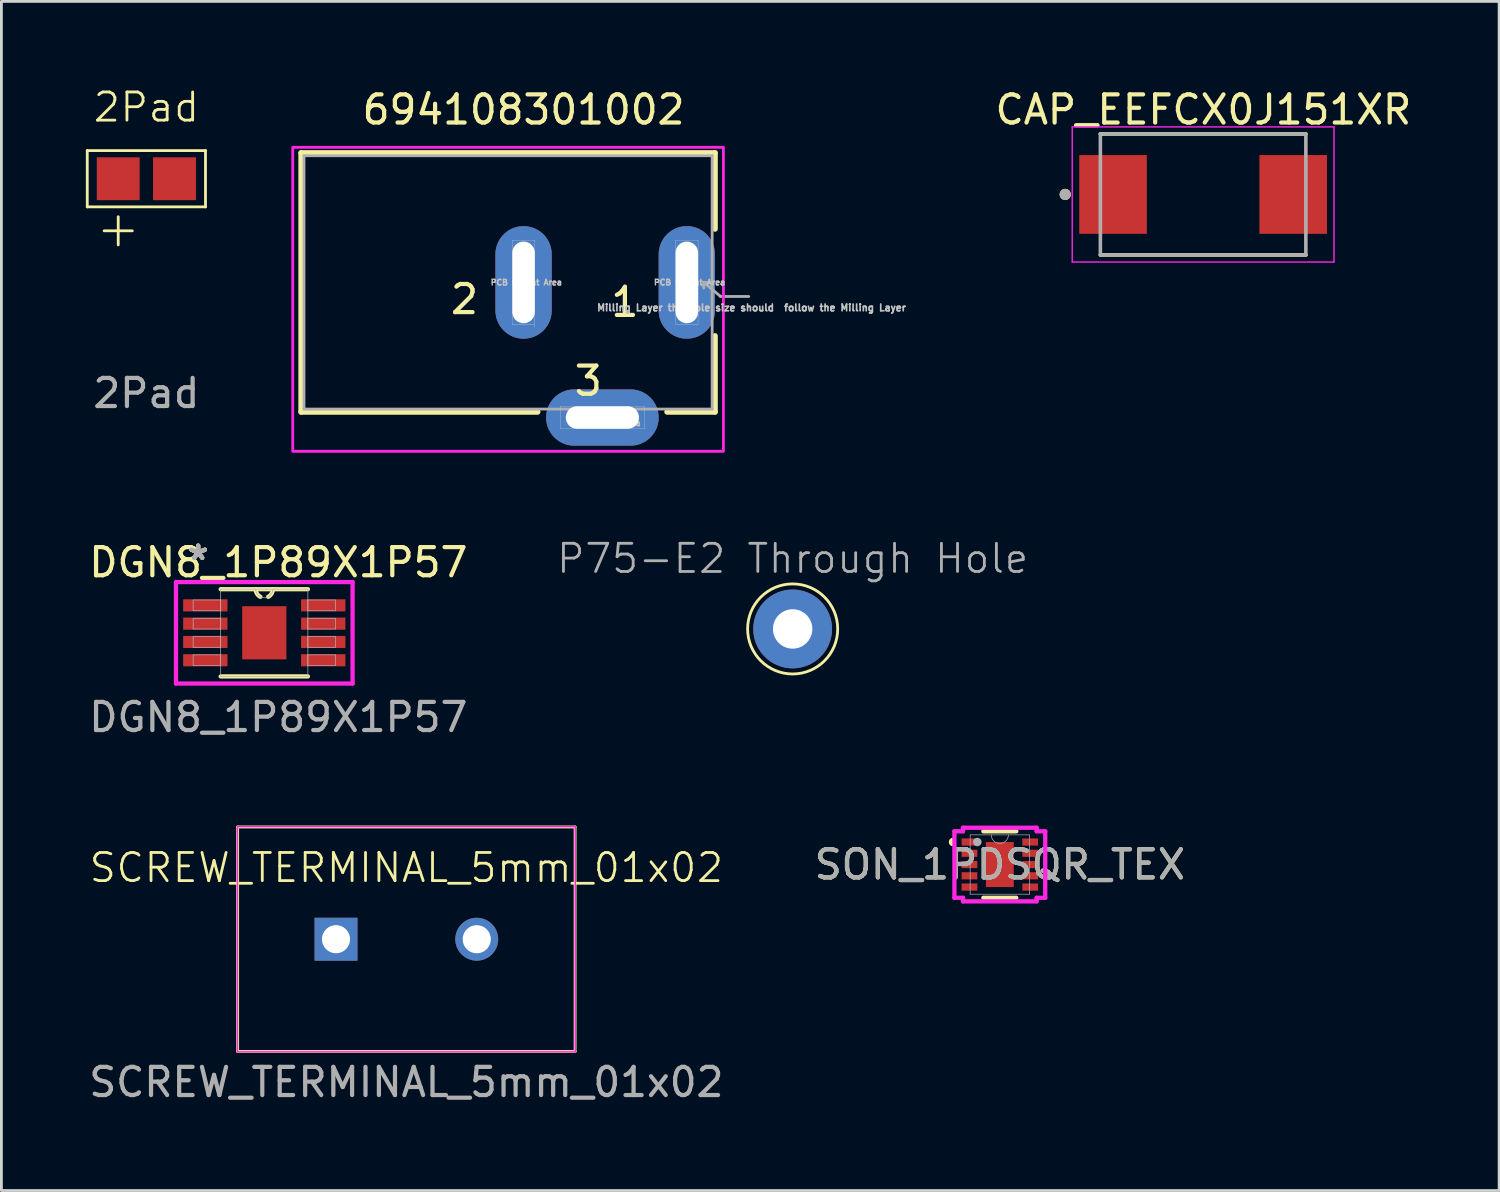
<source format=kicad_pcb>
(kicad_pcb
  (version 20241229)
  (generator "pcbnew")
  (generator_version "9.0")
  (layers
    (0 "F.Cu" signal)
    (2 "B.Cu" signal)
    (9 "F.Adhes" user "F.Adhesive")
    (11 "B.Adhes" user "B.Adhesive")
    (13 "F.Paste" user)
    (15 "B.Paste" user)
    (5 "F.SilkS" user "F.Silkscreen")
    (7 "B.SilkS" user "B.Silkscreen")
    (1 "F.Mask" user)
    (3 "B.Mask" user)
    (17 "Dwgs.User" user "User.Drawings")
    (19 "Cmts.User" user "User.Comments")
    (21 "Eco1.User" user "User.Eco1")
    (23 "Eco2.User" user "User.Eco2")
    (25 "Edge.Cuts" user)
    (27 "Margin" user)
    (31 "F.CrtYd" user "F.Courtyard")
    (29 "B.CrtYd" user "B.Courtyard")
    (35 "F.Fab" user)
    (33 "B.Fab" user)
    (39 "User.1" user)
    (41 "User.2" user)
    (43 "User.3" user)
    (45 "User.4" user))
  (footprint "SCREW_TERMINAL_5mm_01x02"
    (layer "F.Cu")
    (at 11.387 30.317)
    (property "Reference" "SCREW_TERMINAL_5mm_01x02" (at 0 -2.54 0) (unlocked yes) (layer "F.SilkS") (effects (font (size 1 1) (thickness 0.1))))
    (attr through_hole)
    (fp_line (start -5.994 -3.988) (end 5.994 -3.988) (stroke (width 0.1) (type default)) (layer "F.SilkS"))
    (fp_line (start -5.994 3.988) (end -5.994 -3.988) (stroke (width 0.1) (type default)) (layer "F.SilkS"))
    (fp_line (start 5.994 -3.988) (end 5.994 3.988) (stroke (width 0.1) (type default)) (layer "F.SilkS"))
    (fp_line (start 5.994 3.988) (end -5.994 3.988) (stroke (width 0.1) (type default)) (layer "F.SilkS"))
    (fp_line (start -6 -4) (end 6 -4) (stroke (width 0.05) (type default)) (layer "F.CrtYd"))
    (fp_line (start -6 4) (end -6 -4) (stroke (width 0.05) (type default)) (layer "F.CrtYd"))
    (fp_line (start -6 4) (end 6 4) (stroke (width 0.05) (type default)) (layer "F.CrtYd"))
    (fp_line (start 6 -4) (end 6 4) (stroke (width 0.05) (type default)) (layer "F.CrtYd"))
    (fp_text user "${REFERENCE}" (at 0 5.08 0) (unlocked yes) (layer "F.Fab") (effects (font (size 1 1) (thickness 0.15))))
    (pad "1" thru_hole rect (at -2.5 0) (size 1.524 1.524) (drill 1) (layers "*.Cu" "*.Mask"))
    (pad "2" thru_hole circle (at 2.5 0) (size 1.524 1.524) (drill 1) (layers "*.Cu" "*.Mask")))
  (footprint "P75-E2 Through Hole"
    (layer "F.Cu")
    (at 25.11 19.294)
    (property "Reference" "P75-E2 Through Hole" (at 0 -2.5 0) (unlocked yes) (layer "F.Fab") (effects (font (size 1 1) (thickness 0.1))))
    (attr through_hole)
    (fp_circle (center 0 0) (end 1.6 0) (stroke (width 0.1) (type default)) (fill no) (layer "F.SilkS"))
    (pad "1" thru_hole circle (at 0 0) (size 2.8 2.8) (drill 1.4) (layers "*.Cu" "*.Mask")))
  (footprint "SON_1PDSQR_TEX"
    (layer "F.Cu")
    (at 32.47 27.664)
    (property "Reference" "SON_1PDSQR_TEX" (at 0 0 0) (unlocked yes) (layer "F.SilkS") (effects (font (size 1 1) (thickness 0.15))))
    (attr smd)
    (fp_line (start -0.585 1.181) (end 0.585 1.181) (stroke (width 0.152) (type solid)) (layer "F.SilkS"))
    (fp_line (start 0.585 -1.181) (end -0.585 -1.181) (stroke (width 0.152) (type solid)) (layer "F.SilkS"))
    (fp_arc (start -1.69164 -0.730453) (mid -1.7367 -0.8) (end -1.69164 -0.869547) (stroke (width 0.1524) (type solid)) (layer "F.SilkS"))
    (fp_line (start -1.613 -1.181) (end -1.308 -1.181) (stroke (width 0.152) (type solid)) (layer "F.CrtYd"))
    (fp_line (start -1.613 1.181) (end -1.613 -1.181) (stroke (width 0.152) (type solid)) (layer "F.CrtYd"))
    (fp_line (start -1.613 1.181) (end -1.308 1.181) (stroke (width 0.152) (type solid)) (layer "F.CrtYd"))
    (fp_line (start -1.308 -1.308) (end 1.308 -1.308) (stroke (width 0.152) (type solid)) (layer "F.CrtYd"))
    (fp_line (start -1.308 -1.181) (end -1.308 -1.308) (stroke (width 0.152) (type solid)) (layer "F.CrtYd"))
    (fp_line (start -1.308 1.308) (end -1.308 1.181) (stroke (width 0.152) (type solid)) (layer "F.CrtYd"))
    (fp_line (start 1.308 -1.308) (end 1.308 -1.181) (stroke (width 0.152) (type solid)) (layer "F.CrtYd"))
    (fp_line (start 1.308 1.181) (end 1.308 1.308) (stroke (width 0.152) (type solid)) (layer "F.CrtYd"))
    (fp_line (start 1.308 1.308) (end -1.308 1.308) (stroke (width 0.152) (type solid)) (layer "F.CrtYd"))
    (fp_line (start 1.613 -1.181) (end 1.308 -1.181) (stroke (width 0.152) (type solid)) (layer "F.CrtYd"))
    (fp_line (start 1.613 -1.181) (end 1.613 1.181) (stroke (width 0.152) (type solid)) (layer "F.CrtYd"))
    (fp_line (start 1.613 1.181) (end 1.308 1.181) (stroke (width 0.152) (type solid)) (layer "F.CrtYd"))
    (fp_line (start -1.054 -1.054) (end -1.054 1.054) (stroke (width 0.025) (type solid)) (layer "F.Fab"))
    (fp_line (start -1.054 1.054) (end 1.054 1.054) (stroke (width 0.025) (type solid)) (layer "F.Fab"))
    (fp_line (start 1.054 -1.054) (end -1.054 -1.054) (stroke (width 0.025) (type solid)) (layer "F.Fab"))
    (fp_line (start 1.054 1.054) (end 1.054 -1.054) (stroke (width 0.025) (type solid)) (layer "F.Fab"))
    (fp_arc (start 0.3048 -1.0541) (mid 0 -0.7493) (end -0.3048 -1.0541) (stroke (width 0.0254) (type solid)) (layer "F.Fab"))
    (fp_circle (center -0.8 -0.8) (end -0.8 -0.8) (stroke (width 0.152) (type solid)) (fill no) (layer "F.Fab"))
    (fp_text user "${REFERENCE}" (at 0 0 0) (unlocked yes) (layer "F.Fab") (effects (font (size 1 1) (thickness 0.15))))
    (pad "1" smd rect (at -1.079 -0.8) (size 0.559 0.254) (layers "F.Cu" "F.Mask" "F.Paste"))
    (pad "2" smd rect (at -1.079 -0.4) (size 0.559 0.254) (layers "F.Cu" "F.Mask" "F.Paste"))
    (pad "3" smd rect (at -1.079 0) (size 0.559 0.254) (layers "F.Cu" "F.Mask" "F.Paste"))
    (pad "4" smd rect (at -1.079 0.4) (size 0.559 0.254) (layers "F.Cu" "F.Mask" "F.Paste"))
    (pad "5" smd rect (at -1.079 0.8) (size 0.559 0.254) (layers "F.Cu" "F.Mask" "F.Paste"))
    (pad "6" smd rect (at 1.079 0.8) (size 0.559 0.254) (layers "F.Cu" "F.Mask" "F.Paste"))
    (pad "7" smd rect (at 1.079 0.4) (size 0.559 0.254) (layers "F.Cu" "F.Mask" "F.Paste"))
    (pad "8" smd rect (at 1.079 0) (size 0.559 0.254) (layers "F.Cu" "F.Mask" "F.Paste"))
    (pad "9" smd rect (at 1.079 -0.4) (size 0.559 0.254) (layers "F.Cu" "F.Mask" "F.Paste"))
    (pad "10" smd rect (at 1.079 -0.8) (size 0.559 0.254) (layers "F.Cu" "F.Mask" "F.Paste"))
    (pad "11" smd rect (at 0 0) (size 0.991 1.6) (layers "F.Cu" "F.Mask" "F.Paste")))
  (footprint "2Pad"
    (layer "F.Cu")
    (at 2.15 3.3)
    (property "Reference" "2Pad" (at 0 -2.54 0) (unlocked yes) (layer "F.SilkS") (effects (font (size 1 1) (thickness 0.1))))
    (attr through_hole)
    (fp_line (start -2.1 -1) (end -2.1 1) (stroke (width 0.1) (type default)) (layer "F.SilkS"))
    (fp_line (start -2.1 -1) (end 2.1 -1) (stroke (width 0.1) (type default)) (layer "F.SilkS"))
    (fp_line (start -1.5 1.85) (end -0.5 1.85) (stroke (width 0.1) (type default)) (layer "F.SilkS"))
    (fp_line (start -1 1.35) (end -1 2.35) (stroke (width 0.1) (type default)) (layer "F.SilkS"))
    (fp_line (start 2.1 -1) (end 2.1 1) (stroke (width 0.1) (type default)) (layer "F.SilkS"))
    (fp_line (start 2.1 1) (end -2.1 1) (stroke (width 0.1) (type default)) (layer "F.SilkS"))
    (fp_text user "${REFERENCE}" (at 0 7.62 0) (unlocked yes) (layer "F.Fab") (effects (font (size 1 1) (thickness 0.15))))
    (pad "1" smd rect (at 1 0) (size 1.524 1.524) (layers "F.Cu" "F.Mask" "F.Paste"))
    (pad "2" smd rect (at -1 0) (size 1.524 1.524) (layers "F.Cu" "F.Mask" "F.Paste")))
  (footprint "694108301002"
    (layer "F.Cu")
    (at 15.55 6.983)
    (property "Reference" "694108301002" (at 0 -6.135 0) (layer "F.SilkS") (effects (font (size 1 1) (thickness 0.15))))
    (attr through_hole)
    (fp_line (start -7.9 -4.6) (end -7.9 4.6) (stroke (width 0.2) (type solid)) (layer "F.SilkS"))
    (fp_line (start 0.5 4.6) (end -7.9 4.6) (stroke (width 0.2) (type solid)) (layer "F.SilkS"))
    (fp_line (start 6.8 -4.6) (end -7.9 -4.6) (stroke (width 0.2) (type solid)) (layer "F.SilkS"))
    (fp_line (start 6.8 -4.6) (end 6.8 -1.9) (stroke (width 0.2) (type solid)) (layer "F.SilkS"))
    (fp_line (start 6.8 1.9) (end 6.8 4.6) (stroke (width 0.2) (type solid)) (layer "F.SilkS"))
    (fp_line (start 6.8 4.6) (end 5.1 4.6) (stroke (width 0.2) (type solid)) (layer "F.SilkS"))
    (fp_line (start -0.4 -1.5) (end -0.4 1.5) (stroke (width 0.01) (type solid)) (layer "Edge.Cuts"))
    (fp_line (start -0.4 1.5) (end 0.4 1.5) (stroke (width 0.01) (type solid)) (layer "Edge.Cuts"))
    (fp_line (start 0.4 -1.5) (end -0.4 -1.5) (stroke (width 0.01) (type solid)) (layer "Edge.Cuts"))
    (fp_line (start 0.4 1.5) (end 0.4 -1.5) (stroke (width 0.01) (type solid)) (layer "Edge.Cuts"))
    (fp_line (start 0.4 1.5) (end 0.4 1.6) (stroke (width 0.01) (type solid)) (layer "Edge.Cuts"))
    (fp_line (start 1.3 4.4) (end 4.3 4.4) (stroke (width 0.01) (type solid)) (layer "Edge.Cuts"))
    (fp_line (start 1.3 5.2) (end 1.3 4.4) (stroke (width 0.01) (type solid)) (layer "Edge.Cuts"))
    (fp_line (start 4.3 4.4) (end 4.3 5.2) (stroke (width 0.01) (type solid)) (layer "Edge.Cuts"))
    (fp_line (start 4.3 5.2) (end 1.3 5.2) (stroke (width 0.01) (type solid)) (layer "Edge.Cuts"))
    (fp_line (start 5.4 -1.5) (end 5.4 1.5) (stroke (width 0.01) (type solid)) (layer "Edge.Cuts"))
    (fp_line (start 5.4 1.5) (end 6.2 1.5) (stroke (width 0.01) (type solid)) (layer "Edge.Cuts"))
    (fp_line (start 6.2 -1.5) (end 5.4 -1.5) (stroke (width 0.01) (type solid)) (layer "Edge.Cuts"))
    (fp_line (start 6.2 1.5) (end 6.2 -1.5) (stroke (width 0.01) (type solid)) (layer "Edge.Cuts"))
    (fp_poly (pts (xy 7.1 6) (xy -8.2 6) (xy -8.2 -4.8) (xy 7.1 -4.8)) (stroke (width 0.1) (type solid)) (fill no) (layer "F.CrtYd"))
    (fp_line (start -7.8 -4.5) (end 6.7 -4.5) (stroke (width 0.1) (type solid)) (layer "F.Fab"))
    (fp_line (start -7.8 4.5) (end -7.8 -4.5) (stroke (width 0.1) (type solid)) (layer "F.Fab"))
    (fp_line (start 6.4 0) (end 6.4 0.2) (stroke (width 0.1) (type solid)) (layer "F.Fab"))
    (fp_line (start 6.4 0) (end 6.6 0) (stroke (width 0.1) (type solid)) (layer "F.Fab"))
    (fp_line (start 6.7 -4.5) (end 6.7 4.5) (stroke (width 0.1) (type solid)) (layer "F.Fab"))
    (fp_line (start 6.7 4.5) (end -7.8 4.5) (stroke (width 0.1) (type solid)) (layer "F.Fab"))
    (fp_line (start 7 0.5) (end 6.4 0) (stroke (width 0.1) (type solid)) (layer "F.Fab"))
    (fp_line (start 8 0.5) (end 7 0.5) (stroke (width 0.1) (type solid)) (layer "F.Fab"))
    (fp_text user "1" (at 3.6 0.7 0) (layer "F.SilkS") (effects (font (size 1 1) (thickness 0.15))))
    (fp_text user "2" (at -2.1 0.6 0) (layer "F.SilkS") (effects (font (size 1 1) (thickness 0.15))))
    (fp_text user "3" (at 2.3 3.5 0) (layer "F.SilkS") (effects (font (size 1 1) (thickness 0.15))))
    (fp_text user "PCB Cutout Area" (at 0.1 0 0) (layer "Dwgs.User") (effects (font (size 0.2 0.2) (thickness 0.15))))
    (fp_text user "PCB Cutout Area" (at 5.9 0 0) (layer "Dwgs.User") (effects (font (size 0.2 0.2) (thickness 0.15))))
    (fp_text user "PCB Cutout Area" (at 2.9 5 0) (layer "Dwgs.User") (effects (font (size 0.2 0.2) (thickness 0.15))))
    (fp_text user "Milling Layer the hole size should  follow the Milling Layer" (at 8.1 0.9 0) (layer "Dwgs.User") (effects (font (size 0.24 0.24) (thickness 0.15))))
    (fp_text user "PCB Cutout Area" (at 2.9 5 0) (layer "Edge.Cuts") (effects (font (size 0.2 0.2) (thickness 0.15))))
    (fp_text user "PCB Cutout Area" (at 5.9 0 0) (layer "Edge.Cuts") (effects (font (size 0.2 0.2) (thickness 0.15))))
    (fp_text user "PCB Cutout Area" (at 0.1 0 0) (layer "Edge.Cuts") (effects (font (size 0.2 0.2) (thickness 0.15))))
    (pad "1" thru_hole oval (at 5.8 0) (size 2 4) (drill oval 0.8 2.9) (layers "*.Cu" "*.Mask"))
    (pad "2" thru_hole oval (at 0 0) (size 2 4) (drill oval 0.8 2.9) (layers "*.Cu" "*.Mask"))
    (pad "3" thru_hole oval (at 2.8 4.8) (size 4 2) (drill oval 2.6 0.8) (layers "*.Cu" "*.Mask")))
  (footprint "DGN8_1P89X1P57"
    (layer "F.Cu")
    (at 6.339 19.431)
    (property "Reference" "DGN8_1P89X1P57" (at 0.5 -2.5 0) (unlocked yes) (layer "F.SilkS") (effects (font (size 1 1) (thickness 0.15))))
    (attr smd)
    (fp_line (start -1.549 1.549) (end 1.549 1.549) (stroke (width 0.152) (type solid)) (layer "F.SilkS"))
    (fp_line (start 1.549 -1.549) (end -1.549 -1.549) (stroke (width 0.152) (type solid)) (layer "F.SilkS"))
    (fp_arc (start -0.138217 -1.27774) (mid -0.259838 -1.390066) (end -0.3048 -1.5494) (stroke (width 0.1524) (type solid)) (layer "F.SilkS"))
    (fp_arc (start 0.3048 -1.5494) (mid 0.259838 -1.390066) (end 0.138217 -1.27774) (stroke (width 0.1524) (type solid)) (layer "F.SilkS"))
    (fp_poly (pts (xy -0.785 -0.945) (xy -0.785 0.945) (xy 0.785 0.945) (xy 0.785 -0.945)) (stroke (width 0) (type solid)) (fill yes) (layer "F.Paste"))
    (fp_line (start -3.137 -1.803) (end 3.137 -1.803) (stroke (width 0.152) (type solid)) (layer "F.CrtYd"))
    (fp_line (start -3.137 1.803) (end -3.137 -1.803) (stroke (width 0.152) (type solid)) (layer "F.CrtYd"))
    (fp_line (start 3.137 -1.803) (end 3.137 1.803) (stroke (width 0.152) (type solid)) (layer "F.CrtYd"))
    (fp_line (start 3.137 1.803) (end -3.137 1.803) (stroke (width 0.152) (type solid)) (layer "F.CrtYd"))
    (fp_line (start -2.527 -1.165) (end -2.527 -0.784) (stroke (width 0.025) (type solid)) (layer "F.Fab"))
    (fp_line (start -2.527 -0.784) (end -1.549 -0.784) (stroke (width 0.025) (type solid)) (layer "F.Fab"))
    (fp_line (start -2.527 -0.515) (end -2.527 -0.135) (stroke (width 0.025) (type solid)) (layer "F.Fab"))
    (fp_line (start -2.527 -0.135) (end -1.549 -0.135) (stroke (width 0.025) (type solid)) (layer "F.Fab"))
    (fp_line (start -2.527 0.135) (end -2.527 0.515) (stroke (width 0.025) (type solid)) (layer "F.Fab"))
    (fp_line (start -2.527 0.515) (end -1.549 0.515) (stroke (width 0.025) (type solid)) (layer "F.Fab"))
    (fp_line (start -2.527 0.784) (end -2.527 1.165) (stroke (width 0.025) (type solid)) (layer "F.Fab"))
    (fp_line (start -2.527 1.165) (end -1.549 1.165) (stroke (width 0.025) (type solid)) (layer "F.Fab"))
    (fp_line (start -1.549 -1.549) (end -1.549 1.549) (stroke (width 0.025) (type solid)) (layer "F.Fab"))
    (fp_line (start -1.549 -1.165) (end -2.527 -1.165) (stroke (width 0.025) (type solid)) (layer "F.Fab"))
    (fp_line (start -1.549 -0.784) (end -1.549 -1.165) (stroke (width 0.025) (type solid)) (layer "F.Fab"))
    (fp_line (start -1.549 -0.515) (end -2.527 -0.515) (stroke (width 0.025) (type solid)) (layer "F.Fab"))
    (fp_line (start -1.549 -0.135) (end -1.549 -0.515) (stroke (width 0.025) (type solid)) (layer "F.Fab"))
    (fp_line (start -1.549 0.135) (end -2.527 0.135) (stroke (width 0.025) (type solid)) (layer "F.Fab"))
    (fp_line (start -1.549 0.515) (end -1.549 0.135) (stroke (width 0.025) (type solid)) (layer "F.Fab"))
    (fp_line (start -1.549 0.784) (end -2.527 0.784) (stroke (width 0.025) (type solid)) (layer "F.Fab"))
    (fp_line (start -1.549 1.165) (end -1.549 0.784) (stroke (width 0.025) (type solid)) (layer "F.Fab"))
    (fp_line (start -1.549 1.549) (end 1.549 1.549) (stroke (width 0.025) (type solid)) (layer "F.Fab"))
    (fp_line (start 1.549 -1.549) (end -1.549 -1.549) (stroke (width 0.025) (type solid)) (layer "F.Fab"))
    (fp_line (start 1.549 -1.165) (end 1.549 -0.784) (stroke (width 0.025) (type solid)) (layer "F.Fab"))
    (fp_line (start 1.549 -0.784) (end 2.527 -0.784) (stroke (width 0.025) (type solid)) (layer "F.Fab"))
    (fp_line (start 1.549 -0.515) (end 1.549 -0.135) (stroke (width 0.025) (type solid)) (layer "F.Fab"))
    (fp_line (start 1.549 -0.135) (end 2.527 -0.135) (stroke (width 0.025) (type solid)) (layer "F.Fab"))
    (fp_line (start 1.549 0.135) (end 1.549 0.515) (stroke (width 0.025) (type solid)) (layer "F.Fab"))
    (fp_line (start 1.549 0.515) (end 2.527 0.515) (stroke (width 0.025) (type solid)) (layer "F.Fab"))
    (fp_line (start 1.549 0.784) (end 1.549 1.165) (stroke (width 0.025) (type solid)) (layer "F.Fab"))
    (fp_line (start 1.549 1.165) (end 2.527 1.165) (stroke (width 0.025) (type solid)) (layer "F.Fab"))
    (fp_line (start 1.549 1.549) (end 1.549 -1.549) (stroke (width 0.025) (type solid)) (layer "F.Fab"))
    (fp_line (start 2.527 -1.165) (end 1.549 -1.165) (stroke (width 0.025) (type solid)) (layer "F.Fab"))
    (fp_line (start 2.527 -0.784) (end 2.527 -1.165) (stroke (width 0.025) (type solid)) (layer "F.Fab"))
    (fp_line (start 2.527 -0.515) (end 1.549 -0.515) (stroke (width 0.025) (type solid)) (layer "F.Fab"))
    (fp_line (start 2.527 -0.135) (end 2.527 -0.515) (stroke (width 0.025) (type solid)) (layer "F.Fab"))
    (fp_line (start 2.527 0.135) (end 1.549 0.135) (stroke (width 0.025) (type solid)) (layer "F.Fab"))
    (fp_line (start 2.527 0.515) (end 2.527 0.135) (stroke (width 0.025) (type solid)) (layer "F.Fab"))
    (fp_line (start 2.527 0.784) (end 1.549 0.784) (stroke (width 0.025) (type solid)) (layer "F.Fab"))
    (fp_line (start 2.527 1.165) (end 2.527 0.784) (stroke (width 0.025) (type solid)) (layer "F.Fab"))
    (fp_arc (start 0.3048 -1.5494) (mid 0 -1.2446) (end -0.3048 -1.5494) (stroke (width 0.0254) (type solid)) (layer "F.Fab"))
    (fp_text user "*" (at -2.349 -2.55 0) (layer "F.SilkS") (effects (font (size 1 1) (thickness 0.15))))
    (fp_text user "*" (at -2.349 -2.55 0) (unlocked yes) (layer "F.SilkS") (effects (font (size 1 1) (thickness 0.15))))
    (fp_text user "*" (at -2.349 -2.55 0) (layer "F.Fab") (effects (font (size 1 1) (thickness 0.15))))
    (fp_text user "*" (at -2.349 -2.55 0) (unlocked yes) (layer "F.Fab") (effects (font (size 1 1) (thickness 0.15))))
    (fp_text user "${REFERENCE}" (at 0.5 3 0) (unlocked yes) (layer "F.Fab") (effects (font (size 1 1) (thickness 0.15))))
    (pad "1" smd rect (at -2.095 -0.975) (size 1.575 0.432) (layers "F.Cu" "F.Mask" "F.Paste"))
    (pad "2" smd rect (at -2.095 -0.325) (size 1.575 0.432) (layers "F.Cu" "F.Mask" "F.Paste"))
    (pad "3" smd rect (at -2.095 0.325) (size 1.575 0.432) (layers "F.Cu" "F.Mask" "F.Paste"))
    (pad "4" smd rect (at -2.095 0.975) (size 1.575 0.432) (layers "F.Cu" "F.Mask" "F.Paste"))
    (pad "5" smd rect (at 2.095 0.975) (size 1.575 0.432) (layers "F.Cu" "F.Mask" "F.Paste"))
    (pad "6" smd rect (at 2.095 0.325) (size 1.575 0.432) (layers "F.Cu" "F.Mask" "F.Paste"))
    (pad "7" smd rect (at 2.095 -0.325) (size 1.575 0.432) (layers "F.Cu" "F.Mask" "F.Paste"))
    (pad "8" smd rect (at 2.095 -0.975) (size 1.575 0.432) (layers "F.Cu" "F.Mask" "F.Paste"))
    (pad "EPAD" smd rect (at 0 0) (size 1.57 1.89) (layers "F.Cu" "F.Mask" "F.Paste")))
  (footprint "CAP_EEFCX0J151XR"
    (layer "F.Cu")
    (at 39.692 3.858)
    (property "Reference" "CAP_EEFCX0J151XR" (at 0.01 -3.01 0) (layer "F.SilkS") (effects (font (size 1 1) (thickness 0.15))))
    (attr smd)
    (fp_line (start -3.65 -2.15) (end 3.65 -2.15) (stroke (width 0.127) (type solid)) (layer "F.SilkS"))
    (fp_line (start -3.65 2.15) (end 3.65 2.15) (stroke (width 0.127) (type solid)) (layer "F.SilkS"))
    (fp_circle (center -4.9 0) (end -4.8 0) (stroke (width 0.2) (type solid)) (fill no) (layer "F.SilkS"))
    (fp_line (start -4.65 -2.4) (end -4.65 2.4) (stroke (width 0.05) (type solid)) (layer "F.CrtYd"))
    (fp_line (start -4.65 2.4) (end 4.65 2.4) (stroke (width 0.05) (type solid)) (layer "F.CrtYd"))
    (fp_line (start 4.65 -2.4) (end -4.65 -2.4) (stroke (width 0.05) (type solid)) (layer "F.CrtYd"))
    (fp_line (start 4.65 2.4) (end 4.65 -2.4) (stroke (width 0.05) (type solid)) (layer "F.CrtYd"))
    (fp_line (start -3.65 -2.15) (end -3.65 2.15) (stroke (width 0.127) (type solid)) (layer "F.Fab"))
    (fp_line (start -3.65 -2.15) (end 3.65 -2.15) (stroke (width 0.127) (type solid)) (layer "F.Fab"))
    (fp_line (start -3.65 2.15) (end 3.65 2.15) (stroke (width 0.127) (type solid)) (layer "F.Fab"))
    (fp_line (start 3.65 -2.15) (end 3.65 2.15) (stroke (width 0.127) (type solid)) (layer "F.Fab"))
    (fp_circle (center -4.9 0) (end -4.8 0) (stroke (width 0.2) (type solid)) (fill no) (layer "F.Fab"))
    (pad "1" smd rect (at -3.2 0) (size 2.4 2.8) (layers "F.Cu" "F.Mask" "F.Paste"))
    (pad "2" smd rect (at 3.2 0) (size 2.4 2.8) (layers "F.Cu" "F.Mask" "F.Paste")))
  (gr_rect
    (start -3 -3)
    (end 50.208 39.246)
    (stroke (width 0.1) (type default))
    (fill no)
    (layer "Edge.Cuts")))
</source>
